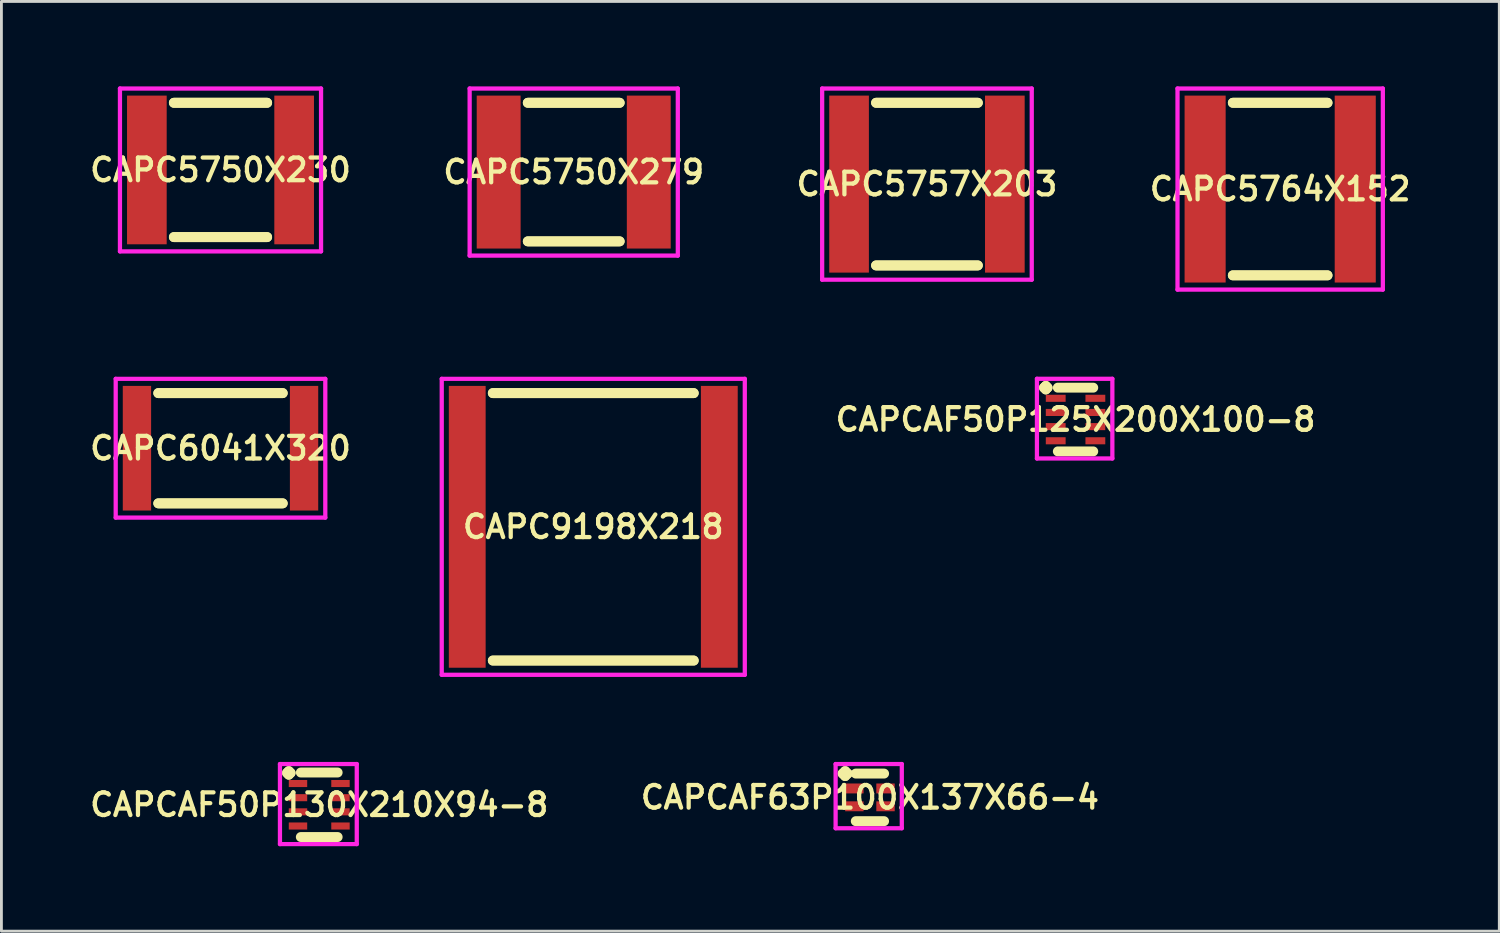
<source format=kicad_pcb>
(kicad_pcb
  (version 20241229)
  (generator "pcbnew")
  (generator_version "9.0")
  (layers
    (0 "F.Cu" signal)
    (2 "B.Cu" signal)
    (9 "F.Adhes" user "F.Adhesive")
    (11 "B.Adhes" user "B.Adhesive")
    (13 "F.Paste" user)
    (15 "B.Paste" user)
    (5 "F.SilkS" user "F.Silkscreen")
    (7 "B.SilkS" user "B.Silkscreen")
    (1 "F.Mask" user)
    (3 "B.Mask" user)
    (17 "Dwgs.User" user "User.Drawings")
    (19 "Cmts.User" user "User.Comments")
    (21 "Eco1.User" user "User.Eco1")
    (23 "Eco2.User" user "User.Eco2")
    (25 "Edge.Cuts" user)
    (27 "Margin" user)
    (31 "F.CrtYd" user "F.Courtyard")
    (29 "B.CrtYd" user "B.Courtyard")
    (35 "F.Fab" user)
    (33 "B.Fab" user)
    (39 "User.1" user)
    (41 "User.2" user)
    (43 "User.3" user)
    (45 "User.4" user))
  (footprint "CAPC6041X320"
    (layer "F.Cu")
    (at 4.735 12.775)
    (property "Reference" "CAPC6041X320" (at 0 0 0) (layer "F.SilkS") (effects (font (size 0.8 0.8) (thickness 0.15))))
    (attr smd)
    (fp_line (start -2.196 -1.946) (end 2.196 -1.946) (stroke (width 0.35) (type solid)) (layer "F.SilkS"))
    (fp_line (start -2.196 1.946) (end 2.196 1.946) (stroke (width 0.35) (type solid)) (layer "F.SilkS"))
    (fp_line (start 2.196 -1.946) (end -2.196 -1.946) (stroke (width 0.35) (type solid)) (layer "F.SilkS"))
    (fp_line (start 2.196 1.946) (end -2.196 1.946) (stroke (width 0.35) (type solid)) (layer "F.SilkS"))
    (fp_line (start -3.7 -2.45) (end 3.7 -2.45) (stroke (width 0.15) (type solid)) (layer "F.CrtYd"))
    (fp_line (start -3.7 2.45) (end -3.7 -2.45) (stroke (width 0.15) (type solid)) (layer "F.CrtYd"))
    (fp_line (start 3.7 -2.45) (end 3.7 2.45) (stroke (width 0.15) (type solid)) (layer "F.CrtYd"))
    (fp_line (start 3.7 2.45) (end -3.7 2.45) (stroke (width 0.15) (type solid)) (layer "F.CrtYd"))
    (pad "1" smd rect (at -2.95 0) (size 1 4.4) (layers "F.Cu" "F.Mask" "F.Paste"))
    (pad "2" smd rect (at 2.95 0) (size 1 4.4) (layers "F.Cu" "F.Mask" "F.Paste")))
  (footprint "CAPC5750X279"
    (layer "F.Cu")
    (at 17.206 3.025)
    (property "Reference" "CAPC5750X279" (at 0 0 0) (layer "F.SilkS") (effects (font (size 0.8 0.8) (thickness 0.15))))
    (attr smd)
    (fp_line (start -1.621 -2.446) (end 1.621 -2.446) (stroke (width 0.35) (type solid)) (layer "F.SilkS"))
    (fp_line (start -1.621 2.446) (end 1.621 2.446) (stroke (width 0.35) (type solid)) (layer "F.SilkS"))
    (fp_line (start 1.621 -2.446) (end -1.621 -2.446) (stroke (width 0.35) (type solid)) (layer "F.SilkS"))
    (fp_line (start 1.621 2.446) (end -1.621 2.446) (stroke (width 0.35) (type solid)) (layer "F.SilkS"))
    (fp_line (start -3.675 -2.95) (end 3.675 -2.95) (stroke (width 0.15) (type solid)) (layer "F.CrtYd"))
    (fp_line (start -3.675 2.95) (end -3.675 -2.95) (stroke (width 0.15) (type solid)) (layer "F.CrtYd"))
    (fp_line (start 3.675 -2.95) (end 3.675 2.95) (stroke (width 0.15) (type solid)) (layer "F.CrtYd"))
    (fp_line (start 3.675 2.95) (end -3.675 2.95) (stroke (width 0.15) (type solid)) (layer "F.CrtYd"))
    (pad "1" smd rect (at -2.65 0) (size 1.55 5.4) (layers "F.Cu" "F.Mask" "F.Paste"))
    (pad "2" smd rect (at 2.65 0) (size 1.55 5.4) (layers "F.Cu" "F.Mask" "F.Paste")))
  (footprint "CAPC5750X230"
    (layer "F.Cu")
    (at 4.735 2.95)
    (property "Reference" "CAPC5750X230" (at 0 0 0) (layer "F.SilkS") (effects (font (size 0.8 0.8) (thickness 0.15))))
    (attr smd)
    (fp_line (start -1.646 -2.371) (end 1.646 -2.371) (stroke (width 0.35) (type solid)) (layer "F.SilkS"))
    (fp_line (start -1.646 2.371) (end 1.646 2.371) (stroke (width 0.35) (type solid)) (layer "F.SilkS"))
    (fp_line (start 1.646 -2.371) (end -1.646 -2.371) (stroke (width 0.35) (type solid)) (layer "F.SilkS"))
    (fp_line (start 1.646 2.371) (end -1.646 2.371) (stroke (width 0.35) (type solid)) (layer "F.SilkS"))
    (fp_line (start -3.55 -2.875) (end 3.55 -2.875) (stroke (width 0.15) (type solid)) (layer "F.CrtYd"))
    (fp_line (start -3.55 2.875) (end -3.55 -2.875) (stroke (width 0.15) (type solid)) (layer "F.CrtYd"))
    (fp_line (start 3.55 -2.875) (end 3.55 2.875) (stroke (width 0.15) (type solid)) (layer "F.CrtYd"))
    (fp_line (start 3.55 2.875) (end -3.55 2.875) (stroke (width 0.15) (type solid)) (layer "F.CrtYd"))
    (pad "1" smd rect (at -2.6 0) (size 1.4 5.25) (layers "F.Cu" "F.Mask" "F.Paste"))
    (pad "2" smd rect (at 2.6 0) (size 1.4 5.25) (layers "F.Cu" "F.Mask" "F.Paste")))
  (footprint "CAPCAF50P130X210X94-8"
    (layer "F.Cu")
    (at 8.221 25.363)
    (property "Reference" "CAPCAF50P130X210X94-8" (at 0 0 0) (layer "F.SilkS") (effects (font (size 0.8 0.8) (thickness 0.15))))
    (attr smd)
    (fp_line (start -1.137 -1.125) (end -1.075 -1.188) (stroke (width 0.35) (type solid)) (layer "F.SilkS"))
    (fp_line (start -1.075 -1.188) (end -1.012 -1.125) (stroke (width 0.35) (type solid)) (layer "F.SilkS"))
    (fp_line (start -1.075 -1.062) (end -1.137 -1.125) (stroke (width 0.35) (type solid)) (layer "F.SilkS"))
    (fp_line (start -1.012 -1.125) (end -1.075 -1.062) (stroke (width 0.35) (type solid)) (layer "F.SilkS"))
    (fp_line (start -0.65 -1.139) (end 0.65 -1.139) (stroke (width 0.35) (type solid)) (layer "F.SilkS"))
    (fp_line (start -0.65 1.139) (end 0.65 1.139) (stroke (width 0.35) (type solid)) (layer "F.SilkS"))
    (fp_line (start -1.387 -1.438) (end 1.325 -1.438) (stroke (width 0.15) (type solid)) (layer "F.CrtYd"))
    (fp_line (start -1.387 1.389) (end -1.387 -1.438) (stroke (width 0.15) (type solid)) (layer "F.CrtYd"))
    (fp_line (start 1.325 -1.438) (end 1.325 1.389) (stroke (width 0.15) (type solid)) (layer "F.CrtYd"))
    (fp_line (start 1.325 1.389) (end -1.387 1.389) (stroke (width 0.15) (type solid)) (layer "F.CrtYd"))
    (pad "1" smd rect (at -0.75 -0.75) (size 0.65 0.25) (layers "F.Cu" "F.Mask" "F.Paste"))
    (pad "2" smd rect (at -0.75 -0.25) (size 0.65 0.25) (layers "F.Cu" "F.Mask" "F.Paste"))
    (pad "3" smd rect (at -0.75 0.25) (size 0.65 0.25) (layers "F.Cu" "F.Mask" "F.Paste"))
    (pad "4" smd rect (at -0.75 0.75) (size 0.65 0.25) (layers "F.Cu" "F.Mask" "F.Paste"))
    (pad "5" smd rect (at 0.75 0.75) (size 0.65 0.25) (layers "F.Cu" "F.Mask" "F.Paste"))
    (pad "6" smd rect (at 0.75 0.25) (size 0.65 0.25) (layers "F.Cu" "F.Mask" "F.Paste"))
    (pad "7" smd rect (at 0.75 -0.25) (size 0.65 0.25) (layers "F.Cu" "F.Mask" "F.Paste"))
    (pad "8" smd rect (at 0.75 -0.75) (size 0.65 0.25) (layers "F.Cu" "F.Mask" "F.Paste")))
  (footprint "CAPC5757X203"
    (layer "F.Cu")
    (at 29.677 3.45)
    (property "Reference" "CAPC5757X203" (at 0 0 0) (layer "F.SilkS") (effects (font (size 0.8 0.8) (thickness 0.15))))
    (attr smd)
    (fp_line (start -1.796 -2.871) (end 1.796 -2.871) (stroke (width 0.35) (type solid)) (layer "F.SilkS"))
    (fp_line (start -1.796 2.871) (end 1.796 2.871) (stroke (width 0.35) (type solid)) (layer "F.SilkS"))
    (fp_line (start 1.796 -2.871) (end -1.796 -2.871) (stroke (width 0.35) (type solid)) (layer "F.SilkS"))
    (fp_line (start 1.796 2.871) (end -1.796 2.871) (stroke (width 0.35) (type solid)) (layer "F.SilkS"))
    (fp_line (start -3.7 -3.375) (end 3.7 -3.375) (stroke (width 0.15) (type solid)) (layer "F.CrtYd"))
    (fp_line (start -3.7 3.375) (end -3.7 -3.375) (stroke (width 0.15) (type solid)) (layer "F.CrtYd"))
    (fp_line (start 3.7 -3.375) (end 3.7 3.375) (stroke (width 0.15) (type solid)) (layer "F.CrtYd"))
    (fp_line (start 3.7 3.375) (end -3.7 3.375) (stroke (width 0.15) (type solid)) (layer "F.CrtYd"))
    (pad "1" smd rect (at -2.75 0) (size 1.4 6.25) (layers "F.Cu" "F.Mask" "F.Paste"))
    (pad "2" smd rect (at 2.75 0) (size 1.4 6.25) (layers "F.Cu" "F.Mask" "F.Paste")))
  (footprint "CAPC5764X152"
    (layer "F.Cu")
    (at 42.148 3.625)
    (property "Reference" "CAPC5764X152" (at 0 0 0) (layer "F.SilkS") (effects (font (size 0.8 0.8) (thickness 0.15))))
    (attr smd)
    (fp_line (start -1.671 -3.046) (end 1.671 -3.046) (stroke (width 0.35) (type solid)) (layer "F.SilkS"))
    (fp_line (start -1.671 3.046) (end 1.671 3.046) (stroke (width 0.35) (type solid)) (layer "F.SilkS"))
    (fp_line (start 1.671 -3.046) (end -1.671 -3.046) (stroke (width 0.35) (type solid)) (layer "F.SilkS"))
    (fp_line (start 1.671 3.046) (end -1.671 3.046) (stroke (width 0.35) (type solid)) (layer "F.SilkS"))
    (fp_line (start -3.625 -3.55) (end 3.625 -3.55) (stroke (width 0.15) (type solid)) (layer "F.CrtYd"))
    (fp_line (start -3.625 3.55) (end -3.625 -3.55) (stroke (width 0.15) (type solid)) (layer "F.CrtYd"))
    (fp_line (start 3.625 -3.55) (end 3.625 3.55) (stroke (width 0.15) (type solid)) (layer "F.CrtYd"))
    (fp_line (start 3.625 3.55) (end -3.625 3.55) (stroke (width 0.15) (type solid)) (layer "F.CrtYd"))
    (pad "1" smd rect (at -2.65 0) (size 1.45 6.6) (layers "F.Cu" "F.Mask" "F.Paste"))
    (pad "2" smd rect (at 2.65 0) (size 1.45 6.6) (layers "F.Cu" "F.Mask" "F.Paste")))
  (footprint "CAPCAF50P125X200X100-8"
    (layer "F.Cu")
    (at 34.923 11.762)
    (property "Reference" "CAPCAF50P125X200X100-8" (at 0 0 0) (layer "F.SilkS") (effects (font (size 0.8 0.8) (thickness 0.15))))
    (attr smd)
    (fp_line (start -1.113 -1.125) (end -1.05 -1.188) (stroke (width 0.35) (type solid)) (layer "F.SilkS"))
    (fp_line (start -1.05 -1.188) (end -0.988 -1.125) (stroke (width 0.35) (type solid)) (layer "F.SilkS"))
    (fp_line (start -1.05 -1.062) (end -1.113 -1.125) (stroke (width 0.35) (type solid)) (layer "F.SilkS"))
    (fp_line (start -0.988 -1.125) (end -1.05 -1.062) (stroke (width 0.35) (type solid)) (layer "F.SilkS"))
    (fp_line (start -0.625 -1.125) (end 0.625 -1.125) (stroke (width 0.35) (type solid)) (layer "F.SilkS"))
    (fp_line (start -0.625 1.125) (end 0.625 1.125) (stroke (width 0.35) (type solid)) (layer "F.SilkS"))
    (fp_line (start -1.363 -1.438) (end 1.3 -1.438) (stroke (width 0.15) (type solid)) (layer "F.CrtYd"))
    (fp_line (start -1.363 1.375) (end -1.363 -1.438) (stroke (width 0.15) (type solid)) (layer "F.CrtYd"))
    (fp_line (start 1.3 -1.438) (end 1.3 1.375) (stroke (width 0.15) (type solid)) (layer "F.CrtYd"))
    (fp_line (start 1.3 1.375) (end -1.363 1.375) (stroke (width 0.15) (type solid)) (layer "F.CrtYd"))
    (pad "1" smd rect (at -0.7 -0.75) (size 0.7 0.25) (layers "F.Cu" "F.Mask" "F.Paste"))
    (pad "2" smd rect (at -0.7 -0.25) (size 0.7 0.25) (layers "F.Cu" "F.Mask" "F.Paste"))
    (pad "3" smd rect (at -0.7 0.25) (size 0.7 0.25) (layers "F.Cu" "F.Mask" "F.Paste"))
    (pad "4" smd rect (at -0.7 0.75) (size 0.7 0.25) (layers "F.Cu" "F.Mask" "F.Paste"))
    (pad "5" smd rect (at 0.7 0.75) (size 0.7 0.25) (layers "F.Cu" "F.Mask" "F.Paste"))
    (pad "6" smd rect (at 0.7 0.25) (size 0.7 0.25) (layers "F.Cu" "F.Mask" "F.Paste"))
    (pad "7" smd rect (at 0.7 -0.25) (size 0.7 0.25) (layers "F.Cu" "F.Mask" "F.Paste"))
    (pad "8" smd rect (at 0.7 -0.75) (size 0.7 0.25) (layers "F.Cu" "F.Mask" "F.Paste")))
  (footprint "CAPC9198X218"
    (layer "F.Cu")
    (at 17.896 15.55)
    (property "Reference" "CAPC9198X218" (at 0 0 0) (layer "F.SilkS") (effects (font (size 0.8 0.8) (thickness 0.15))))
    (attr smd)
    (fp_line (start -3.546 -4.721) (end 3.546 -4.721) (stroke (width 0.35) (type solid)) (layer "F.SilkS"))
    (fp_line (start -3.546 4.721) (end 3.546 4.721) (stroke (width 0.35) (type solid)) (layer "F.SilkS"))
    (fp_line (start 3.546 -4.721) (end -3.546 -4.721) (stroke (width 0.35) (type solid)) (layer "F.SilkS"))
    (fp_line (start 3.546 4.721) (end -3.546 4.721) (stroke (width 0.35) (type solid)) (layer "F.SilkS"))
    (fp_line (start -5.35 -5.225) (end 5.35 -5.225) (stroke (width 0.15) (type solid)) (layer "F.CrtYd"))
    (fp_line (start -5.35 5.225) (end -5.35 -5.225) (stroke (width 0.15) (type solid)) (layer "F.CrtYd"))
    (fp_line (start 5.35 -5.225) (end 5.35 5.225) (stroke (width 0.15) (type solid)) (layer "F.CrtYd"))
    (fp_line (start 5.35 5.225) (end -5.35 5.225) (stroke (width 0.15) (type solid)) (layer "F.CrtYd"))
    (pad "1" smd rect (at -4.45 0) (size 1.3 9.95) (layers "F.Cu" "F.Mask" "F.Paste"))
    (pad "2" smd rect (at 4.45 0) (size 1.3 9.95) (layers "F.Cu" "F.Mask" "F.Paste")))
  (footprint "CAPCAF63P100X137X66-4"
    (layer "F.Cu")
    (at 27.664 25.102)
    (property "Reference" "CAPCAF63P100X137X66-4" (at 0 0 0) (layer "F.SilkS") (effects (font (size 0.8 0.8) (thickness 0.15))))
    (attr smd)
    (fp_line (start -0.963 -0.84) (end -0.875 -0.927) (stroke (width 0.35) (type solid)) (layer "F.SilkS"))
    (fp_line (start -0.875 -0.927) (end -0.787 -0.84) (stroke (width 0.35) (type solid)) (layer "F.SilkS"))
    (fp_line (start -0.875 -0.752) (end -0.963 -0.84) (stroke (width 0.35) (type solid)) (layer "F.SilkS"))
    (fp_line (start -0.787 -0.84) (end -0.875 -0.752) (stroke (width 0.35) (type solid)) (layer "F.SilkS"))
    (fp_line (start -0.5 -0.84) (end 0.5 -0.84) (stroke (width 0.35) (type solid)) (layer "F.SilkS"))
    (fp_line (start -0.5 0.84) (end 0.5 0.84) (stroke (width 0.35) (type solid)) (layer "F.SilkS"))
    (fp_line (start -1.212 -1.177) (end 1.125 -1.177) (stroke (width 0.15) (type solid)) (layer "F.CrtYd"))
    (fp_line (start -1.212 1.09) (end -1.212 -1.177) (stroke (width 0.15) (type solid)) (layer "F.CrtYd"))
    (fp_line (start 1.125 -1.177) (end 1.125 1.09) (stroke (width 0.15) (type solid)) (layer "F.CrtYd"))
    (fp_line (start 1.125 1.09) (end -1.212 1.09) (stroke (width 0.15) (type solid)) (layer "F.CrtYd"))
    (pad "1" smd rect (at -0.55 -0.315) (size 0.65 0.35) (layers "F.Cu" "F.Mask" "F.Paste"))
    (pad "2" smd rect (at -0.55 0.315) (size 0.65 0.35) (layers "F.Cu" "F.Mask" "F.Paste"))
    (pad "3" smd rect (at 0.55 0.315) (size 0.65 0.35) (layers "F.Cu" "F.Mask" "F.Paste"))
    (pad "4" smd rect (at 0.55 -0.315) (size 0.65 0.35) (layers "F.Cu" "F.Mask" "F.Paste")))
  (gr_rect
    (start -3 -3)
    (end 49.884 29.826)
    (stroke (width 0.1) (type default))
    (fill no)
    (layer "Edge.Cuts")))
</source>
